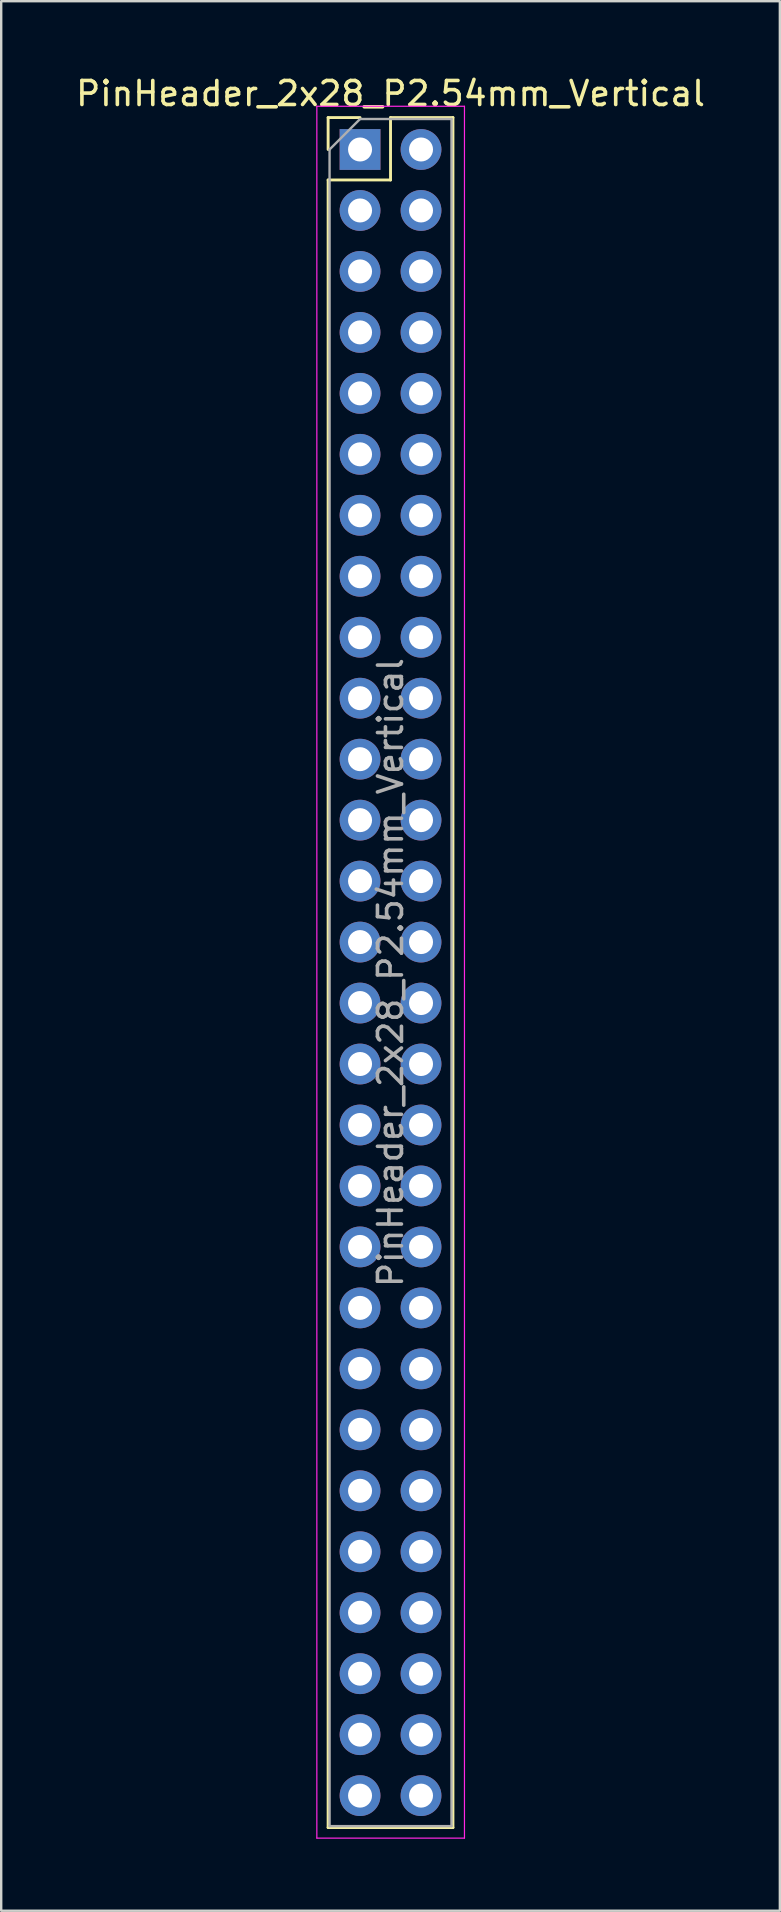
<source format=kicad_pcb>
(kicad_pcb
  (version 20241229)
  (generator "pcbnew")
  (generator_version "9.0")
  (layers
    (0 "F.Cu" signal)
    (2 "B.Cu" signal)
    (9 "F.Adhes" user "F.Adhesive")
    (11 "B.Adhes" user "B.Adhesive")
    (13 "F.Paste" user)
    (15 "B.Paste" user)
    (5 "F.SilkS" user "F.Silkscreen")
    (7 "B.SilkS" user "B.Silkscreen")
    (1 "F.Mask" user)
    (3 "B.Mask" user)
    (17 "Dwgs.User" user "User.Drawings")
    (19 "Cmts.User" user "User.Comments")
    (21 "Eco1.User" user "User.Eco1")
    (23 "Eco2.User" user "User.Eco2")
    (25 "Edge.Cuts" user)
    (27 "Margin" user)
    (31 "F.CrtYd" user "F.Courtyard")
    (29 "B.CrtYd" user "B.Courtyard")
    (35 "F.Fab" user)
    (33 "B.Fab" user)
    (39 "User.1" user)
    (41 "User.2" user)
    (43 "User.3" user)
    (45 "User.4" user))
  (footprint "PinHeader_2x28_P2.54mm_Vertical"
    (layer "F.Cu")
    (at 11.95 3.178)
    (property "Reference" "PinHeader_2x28_P2.54mm_Vertical" (at 1.27 -2.33 0) (layer "F.SilkS") (effects (font (size 1 1) (thickness 0.15))))
    (attr through_hole)
    (fp_line (start -1.33 -1.33) (end 0 -1.33) (stroke (width 0.12) (type solid)) (layer "F.SilkS"))
    (fp_line (start -1.33 0) (end -1.33 -1.33) (stroke (width 0.12) (type solid)) (layer "F.SilkS"))
    (fp_line (start -1.33 1.27) (end -1.33 69.91) (stroke (width 0.12) (type solid)) (layer "F.SilkS"))
    (fp_line (start -1.33 1.27) (end 1.27 1.27) (stroke (width 0.12) (type solid)) (layer "F.SilkS"))
    (fp_line (start -1.33 69.91) (end 3.87 69.91) (stroke (width 0.12) (type solid)) (layer "F.SilkS"))
    (fp_line (start 1.27 -1.33) (end 3.87 -1.33) (stroke (width 0.12) (type solid)) (layer "F.SilkS"))
    (fp_line (start 1.27 1.27) (end 1.27 -1.33) (stroke (width 0.12) (type solid)) (layer "F.SilkS"))
    (fp_line (start 3.87 -1.33) (end 3.87 69.91) (stroke (width 0.12) (type solid)) (layer "F.SilkS"))
    (fp_line (start -1.8 -1.8) (end -1.8 70.35) (stroke (width 0.05) (type solid)) (layer "F.CrtYd"))
    (fp_line (start -1.8 70.35) (end 4.35 70.35) (stroke (width 0.05) (type solid)) (layer "F.CrtYd"))
    (fp_line (start 4.35 -1.8) (end -1.8 -1.8) (stroke (width 0.05) (type solid)) (layer "F.CrtYd"))
    (fp_line (start 4.35 70.35) (end 4.35 -1.8) (stroke (width 0.05) (type solid)) (layer "F.CrtYd"))
    (fp_line (start -1.27 0) (end 0 -1.27) (stroke (width 0.1) (type solid)) (layer "F.Fab"))
    (fp_line (start -1.27 69.85) (end -1.27 0) (stroke (width 0.1) (type solid)) (layer "F.Fab"))
    (fp_line (start 0 -1.27) (end 3.81 -1.27) (stroke (width 0.1) (type solid)) (layer "F.Fab"))
    (fp_line (start 3.81 -1.27) (end 3.81 69.85) (stroke (width 0.1) (type solid)) (layer "F.Fab"))
    (fp_line (start 3.81 69.85) (end -1.27 69.85) (stroke (width 0.1) (type solid)) (layer "F.Fab"))
    (fp_text user "${REFERENCE}" (at 1.27 34.29 90) (layer "F.Fab") (effects (font (size 1 1) (thickness 0.15))))
    (pad "1" thru_hole rect (at 0 0) (size 1.7 1.7) (drill 1) (layers "*.Cu" "*.Mask"))
    (pad "2" thru_hole oval (at 2.54 0) (size 1.7 1.7) (drill 1) (layers "*.Cu" "*.Mask"))
    (pad "3" thru_hole oval (at 0 2.54) (size 1.7 1.7) (drill 1) (layers "*.Cu" "*.Mask"))
    (pad "4" thru_hole oval (at 2.54 2.54) (size 1.7 1.7) (drill 1) (layers "*.Cu" "*.Mask"))
    (pad "5" thru_hole oval (at 0 5.08) (size 1.7 1.7) (drill 1) (layers "*.Cu" "*.Mask"))
    (pad "6" thru_hole oval (at 2.54 5.08) (size 1.7 1.7) (drill 1) (layers "*.Cu" "*.Mask"))
    (pad "7" thru_hole oval (at 0 7.62) (size 1.7 1.7) (drill 1) (layers "*.Cu" "*.Mask"))
    (pad "8" thru_hole oval (at 2.54 7.62) (size 1.7 1.7) (drill 1) (layers "*.Cu" "*.Mask"))
    (pad "9" thru_hole oval (at 0 10.16) (size 1.7 1.7) (drill 1) (layers "*.Cu" "*.Mask"))
    (pad "10" thru_hole oval (at 2.54 10.16) (size 1.7 1.7) (drill 1) (layers "*.Cu" "*.Mask"))
    (pad "11" thru_hole oval (at 0 12.7) (size 1.7 1.7) (drill 1) (layers "*.Cu" "*.Mask"))
    (pad "12" thru_hole oval (at 2.54 12.7) (size 1.7 1.7) (drill 1) (layers "*.Cu" "*.Mask"))
    (pad "13" thru_hole oval (at 0 15.24) (size 1.7 1.7) (drill 1) (layers "*.Cu" "*.Mask"))
    (pad "14" thru_hole oval (at 2.54 15.24) (size 1.7 1.7) (drill 1) (layers "*.Cu" "*.Mask"))
    (pad "15" thru_hole oval (at 0 17.78) (size 1.7 1.7) (drill 1) (layers "*.Cu" "*.Mask"))
    (pad "16" thru_hole oval (at 2.54 17.78) (size 1.7 1.7) (drill 1) (layers "*.Cu" "*.Mask"))
    (pad "17" thru_hole oval (at 0 20.32) (size 1.7 1.7) (drill 1) (layers "*.Cu" "*.Mask"))
    (pad "18" thru_hole oval (at 2.54 20.32) (size 1.7 1.7) (drill 1) (layers "*.Cu" "*.Mask"))
    (pad "19" thru_hole oval (at 0 22.86) (size 1.7 1.7) (drill 1) (layers "*.Cu" "*.Mask"))
    (pad "20" thru_hole oval (at 2.54 22.86) (size 1.7 1.7) (drill 1) (layers "*.Cu" "*.Mask"))
    (pad "21" thru_hole oval (at 0 25.4) (size 1.7 1.7) (drill 1) (layers "*.Cu" "*.Mask"))
    (pad "22" thru_hole oval (at 2.54 25.4) (size 1.7 1.7) (drill 1) (layers "*.Cu" "*.Mask"))
    (pad "23" thru_hole oval (at 0 27.94) (size 1.7 1.7) (drill 1) (layers "*.Cu" "*.Mask"))
    (pad "24" thru_hole oval (at 2.54 27.94) (size 1.7 1.7) (drill 1) (layers "*.Cu" "*.Mask"))
    (pad "25" thru_hole oval (at 0 30.48) (size 1.7 1.7) (drill 1) (layers "*.Cu" "*.Mask"))
    (pad "26" thru_hole oval (at 2.54 30.48) (size 1.7 1.7) (drill 1) (layers "*.Cu" "*.Mask"))
    (pad "27" thru_hole oval (at 0 33.02) (size 1.7 1.7) (drill 1) (layers "*.Cu" "*.Mask"))
    (pad "28" thru_hole oval (at 2.54 33.02) (size 1.7 1.7) (drill 1) (layers "*.Cu" "*.Mask"))
    (pad "29" thru_hole oval (at 0 35.56) (size 1.7 1.7) (drill 1) (layers "*.Cu" "*.Mask"))
    (pad "30" thru_hole oval (at 2.54 35.56) (size 1.7 1.7) (drill 1) (layers "*.Cu" "*.Mask"))
    (pad "31" thru_hole oval (at 0 38.1) (size 1.7 1.7) (drill 1) (layers "*.Cu" "*.Mask"))
    (pad "32" thru_hole oval (at 2.54 38.1) (size 1.7 1.7) (drill 1) (layers "*.Cu" "*.Mask"))
    (pad "33" thru_hole oval (at 0 40.64) (size 1.7 1.7) (drill 1) (layers "*.Cu" "*.Mask"))
    (pad "34" thru_hole oval (at 2.54 40.64) (size 1.7 1.7) (drill 1) (layers "*.Cu" "*.Mask"))
    (pad "35" thru_hole oval (at 0 43.18) (size 1.7 1.7) (drill 1) (layers "*.Cu" "*.Mask"))
    (pad "36" thru_hole oval (at 2.54 43.18) (size 1.7 1.7) (drill 1) (layers "*.Cu" "*.Mask"))
    (pad "37" thru_hole oval (at 0 45.72) (size 1.7 1.7) (drill 1) (layers "*.Cu" "*.Mask"))
    (pad "38" thru_hole oval (at 2.54 45.72) (size 1.7 1.7) (drill 1) (layers "*.Cu" "*.Mask"))
    (pad "39" thru_hole oval (at 0 48.26) (size 1.7 1.7) (drill 1) (layers "*.Cu" "*.Mask"))
    (pad "40" thru_hole oval (at 2.54 48.26) (size 1.7 1.7) (drill 1) (layers "*.Cu" "*.Mask"))
    (pad "41" thru_hole oval (at 0 50.8) (size 1.7 1.7) (drill 1) (layers "*.Cu" "*.Mask"))
    (pad "42" thru_hole oval (at 2.54 50.8) (size 1.7 1.7) (drill 1) (layers "*.Cu" "*.Mask"))
    (pad "43" thru_hole oval (at 0 53.34) (size 1.7 1.7) (drill 1) (layers "*.Cu" "*.Mask"))
    (pad "44" thru_hole oval (at 2.54 53.34) (size 1.7 1.7) (drill 1) (layers "*.Cu" "*.Mask"))
    (pad "45" thru_hole oval (at 0 55.88) (size 1.7 1.7) (drill 1) (layers "*.Cu" "*.Mask"))
    (pad "46" thru_hole oval (at 2.54 55.88) (size 1.7 1.7) (drill 1) (layers "*.Cu" "*.Mask"))
    (pad "47" thru_hole oval (at 0 58.42) (size 1.7 1.7) (drill 1) (layers "*.Cu" "*.Mask"))
    (pad "48" thru_hole oval (at 2.54 58.42) (size 1.7 1.7) (drill 1) (layers "*.Cu" "*.Mask"))
    (pad "49" thru_hole oval (at 0 60.96) (size 1.7 1.7) (drill 1) (layers "*.Cu" "*.Mask"))
    (pad "50" thru_hole oval (at 2.54 60.96) (size 1.7 1.7) (drill 1) (layers "*.Cu" "*.Mask"))
    (pad "51" thru_hole oval (at 0 63.5) (size 1.7 1.7) (drill 1) (layers "*.Cu" "*.Mask"))
    (pad "52" thru_hole oval (at 2.54 63.5) (size 1.7 1.7) (drill 1) (layers "*.Cu" "*.Mask"))
    (pad "53" thru_hole oval (at 0 66.04) (size 1.7 1.7) (drill 1) (layers "*.Cu" "*.Mask"))
    (pad "54" thru_hole oval (at 2.54 66.04) (size 1.7 1.7) (drill 1) (layers "*.Cu" "*.Mask"))
    (pad "55" thru_hole oval (at 0 68.58) (size 1.7 1.7) (drill 1) (layers "*.Cu" "*.Mask"))
    (pad "56" thru_hole oval (at 2.54 68.58) (size 1.7 1.7) (drill 1) (layers "*.Cu" "*.Mask")))
  (gr_rect
    (start -3 -3)
    (end 29.44 76.553)
    (stroke (width 0.1) (type default))
    (fill no)
    (layer "Edge.Cuts")))
</source>
